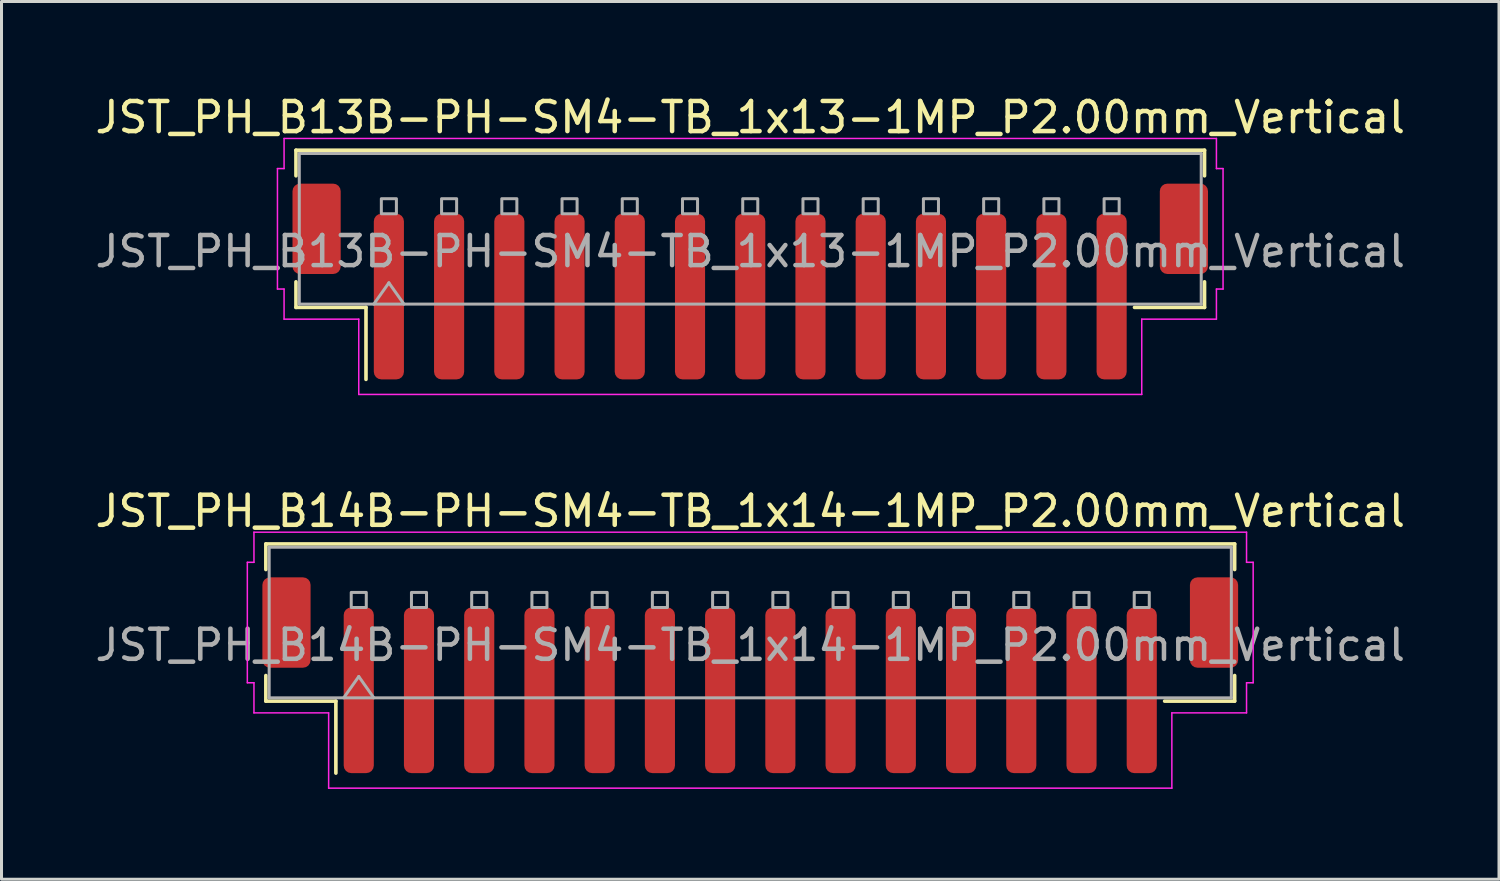
<source format=kicad_pcb>
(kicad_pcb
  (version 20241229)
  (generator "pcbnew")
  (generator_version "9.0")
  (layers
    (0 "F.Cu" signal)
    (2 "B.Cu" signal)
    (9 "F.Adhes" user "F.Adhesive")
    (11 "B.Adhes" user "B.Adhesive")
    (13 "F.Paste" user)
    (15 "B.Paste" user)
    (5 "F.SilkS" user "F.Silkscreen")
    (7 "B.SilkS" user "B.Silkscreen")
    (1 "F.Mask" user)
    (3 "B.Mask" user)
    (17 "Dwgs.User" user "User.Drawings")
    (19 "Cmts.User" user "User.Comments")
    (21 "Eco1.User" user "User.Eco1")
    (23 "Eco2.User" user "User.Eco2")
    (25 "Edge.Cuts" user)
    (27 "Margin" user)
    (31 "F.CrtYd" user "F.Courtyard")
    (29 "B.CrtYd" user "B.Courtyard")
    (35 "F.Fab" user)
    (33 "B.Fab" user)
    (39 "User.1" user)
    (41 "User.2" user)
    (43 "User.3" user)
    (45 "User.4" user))
  (footprint "JST_PH_B14B-PH-SM4-TB_1x14-1MP_P2.00mm_Vertical"
    (layer "F.Cu")
    (at 21.863 19.372)
    (property "Reference" "JST_PH_B14B-PH-SM4-TB_1x14-1MP_P2.00mm_Vertical" (at 0 -5.45 0) (layer "F.SilkS") (effects (font (size 1 1) (thickness 0.15))))
    (attr smd)
    (fp_line (start -16.085 -4.36) (end 16.085 -4.36) (stroke (width 0.12) (type solid)) (layer "F.SilkS"))
    (fp_line (start -16.085 -3.51) (end -16.085 -4.36) (stroke (width 0.12) (type solid)) (layer "F.SilkS"))
    (fp_line (start -16.085 0.01) (end -16.085 0.86) (stroke (width 0.12) (type solid)) (layer "F.SilkS"))
    (fp_line (start -16.085 0.86) (end -13.76 0.86) (stroke (width 0.12) (type solid)) (layer "F.SilkS"))
    (fp_line (start -13.76 0.86) (end -13.76 3.25) (stroke (width 0.12) (type solid)) (layer "F.SilkS"))
    (fp_line (start 16.085 -4.36) (end 16.085 -3.51) (stroke (width 0.12) (type solid)) (layer "F.SilkS"))
    (fp_line (start 16.085 0.01) (end 16.085 0.86) (stroke (width 0.12) (type solid)) (layer "F.SilkS"))
    (fp_line (start 16.085 0.86) (end 13.76 0.86) (stroke (width 0.12) (type solid)) (layer "F.SilkS"))
    (fp_line (start -16.7 -3.75) (end -16.48 -3.75) (stroke (width 0.05) (type solid)) (layer "F.CrtYd"))
    (fp_line (start -16.7 0.25) (end -16.7 -3.75) (stroke (width 0.05) (type solid)) (layer "F.CrtYd"))
    (fp_line (start -16.48 -4.75) (end 16.48 -4.75) (stroke (width 0.05) (type solid)) (layer "F.CrtYd"))
    (fp_line (start -16.48 -3.75) (end -16.48 -4.75) (stroke (width 0.05) (type solid)) (layer "F.CrtYd"))
    (fp_line (start -16.48 0.25) (end -16.7 0.25) (stroke (width 0.05) (type solid)) (layer "F.CrtYd"))
    (fp_line (start -16.48 1.25) (end -16.48 0.25) (stroke (width 0.05) (type solid)) (layer "F.CrtYd"))
    (fp_line (start -14 1.25) (end -16.48 1.25) (stroke (width 0.05) (type solid)) (layer "F.CrtYd"))
    (fp_line (start -14 3.75) (end -14 1.25) (stroke (width 0.05) (type solid)) (layer "F.CrtYd"))
    (fp_line (start 14 1.25) (end 14 3.75) (stroke (width 0.05) (type solid)) (layer "F.CrtYd"))
    (fp_line (start 14 3.75) (end -14 3.75) (stroke (width 0.05) (type solid)) (layer "F.CrtYd"))
    (fp_line (start 16.48 -4.75) (end 16.48 -3.75) (stroke (width 0.05) (type solid)) (layer "F.CrtYd"))
    (fp_line (start 16.48 -3.75) (end 16.7 -3.75) (stroke (width 0.05) (type solid)) (layer "F.CrtYd"))
    (fp_line (start 16.48 0.25) (end 16.48 1.25) (stroke (width 0.05) (type solid)) (layer "F.CrtYd"))
    (fp_line (start 16.48 1.25) (end 14 1.25) (stroke (width 0.05) (type solid)) (layer "F.CrtYd"))
    (fp_line (start 16.7 -3.75) (end 16.7 0.25) (stroke (width 0.05) (type solid)) (layer "F.CrtYd"))
    (fp_line (start 16.7 0.25) (end 16.48 0.25) (stroke (width 0.05) (type solid)) (layer "F.CrtYd"))
    (fp_line (start -15.975 -4.25) (end 15.975 -4.25) (stroke (width 0.1) (type solid)) (layer "F.Fab"))
    (fp_line (start -15.975 0.75) (end -15.975 -4.25) (stroke (width 0.1) (type solid)) (layer "F.Fab"))
    (fp_line (start -15.975 0.75) (end 15.975 0.75) (stroke (width 0.1) (type solid)) (layer "F.Fab"))
    (fp_line (start -13.5 0.75) (end -13 0.043) (stroke (width 0.1) (type solid)) (layer "F.Fab"))
    (fp_line (start -13 0.043) (end -12.5 0.75) (stroke (width 0.1) (type solid)) (layer "F.Fab"))
    (fp_line (start 15.975 0.75) (end 15.975 -4.25) (stroke (width 0.1) (type solid)) (layer "F.Fab"))
    (fp_rect (start -13.25 -2.75) (end -12.75 -2.25) (stroke (width 0.1) (type solid)) (fill no) (layer "F.Fab"))
    (fp_rect (start -11.25 -2.75) (end -10.75 -2.25) (stroke (width 0.1) (type solid)) (fill no) (layer "F.Fab"))
    (fp_rect (start -9.25 -2.75) (end -8.75 -2.25) (stroke (width 0.1) (type solid)) (fill no) (layer "F.Fab"))
    (fp_rect (start -7.25 -2.75) (end -6.75 -2.25) (stroke (width 0.1) (type solid)) (fill no) (layer "F.Fab"))
    (fp_rect (start -5.25 -2.75) (end -4.75 -2.25) (stroke (width 0.1) (type solid)) (fill no) (layer "F.Fab"))
    (fp_rect (start -3.25 -2.75) (end -2.75 -2.25) (stroke (width 0.1) (type solid)) (fill no) (layer "F.Fab"))
    (fp_rect (start -1.25 -2.75) (end -0.75 -2.25) (stroke (width 0.1) (type solid)) (fill no) (layer "F.Fab"))
    (fp_rect (start 0.75 -2.75) (end 1.25 -2.25) (stroke (width 0.1) (type solid)) (fill no) (layer "F.Fab"))
    (fp_rect (start 2.75 -2.75) (end 3.25 -2.25) (stroke (width 0.1) (type solid)) (fill no) (layer "F.Fab"))
    (fp_rect (start 4.75 -2.75) (end 5.25 -2.25) (stroke (width 0.1) (type solid)) (fill no) (layer "F.Fab"))
    (fp_rect (start 6.75 -2.75) (end 7.25 -2.25) (stroke (width 0.1) (type solid)) (fill no) (layer "F.Fab"))
    (fp_rect (start 8.75 -2.75) (end 9.25 -2.25) (stroke (width 0.1) (type solid)) (fill no) (layer "F.Fab"))
    (fp_rect (start 10.75 -2.75) (end 11.25 -2.25) (stroke (width 0.1) (type solid)) (fill no) (layer "F.Fab"))
    (fp_rect (start 12.75 -2.75) (end 13.25 -2.25) (stroke (width 0.1) (type solid)) (fill no) (layer "F.Fab"))
    (fp_text user "${REFERENCE}" (at 0 -1 0) (layer "F.Fab") (effects (font (size 1 1) (thickness 0.15))))
    (pad "1" smd roundrect (at -13 0.5) (size 1 5.5) (layers "F.Cu" "F.Mask" "F.Paste") (roundrect_rratio 0.25))
    (pad "2" smd roundrect (at -11 0.5) (size 1 5.5) (layers "F.Cu" "F.Mask" "F.Paste") (roundrect_rratio 0.25))
    (pad "3" smd roundrect (at -9 0.5) (size 1 5.5) (layers "F.Cu" "F.Mask" "F.Paste") (roundrect_rratio 0.25))
    (pad "4" smd roundrect (at -7 0.5) (size 1 5.5) (layers "F.Cu" "F.Mask" "F.Paste") (roundrect_rratio 0.25))
    (pad "5" smd roundrect (at -5 0.5) (size 1 5.5) (layers "F.Cu" "F.Mask" "F.Paste") (roundrect_rratio 0.25))
    (pad "6" smd roundrect (at -3 0.5) (size 1 5.5) (layers "F.Cu" "F.Mask" "F.Paste") (roundrect_rratio 0.25))
    (pad "7" smd roundrect (at -1 0.5) (size 1 5.5) (layers "F.Cu" "F.Mask" "F.Paste") (roundrect_rratio 0.25))
    (pad "8" smd roundrect (at 1 0.5) (size 1 5.5) (layers "F.Cu" "F.Mask" "F.Paste") (roundrect_rratio 0.25))
    (pad "9" smd roundrect (at 3 0.5) (size 1 5.5) (layers "F.Cu" "F.Mask" "F.Paste") (roundrect_rratio 0.25))
    (pad "10" smd roundrect (at 5 0.5) (size 1 5.5) (layers "F.Cu" "F.Mask" "F.Paste") (roundrect_rratio 0.25))
    (pad "11" smd roundrect (at 7 0.5) (size 1 5.5) (layers "F.Cu" "F.Mask" "F.Paste") (roundrect_rratio 0.25))
    (pad "12" smd roundrect (at 9 0.5) (size 1 5.5) (layers "F.Cu" "F.Mask" "F.Paste") (roundrect_rratio 0.25))
    (pad "13" smd roundrect (at 11 0.5) (size 1 5.5) (layers "F.Cu" "F.Mask" "F.Paste") (roundrect_rratio 0.25))
    (pad "14" smd roundrect (at 13 0.5) (size 1 5.5) (layers "F.Cu" "F.Mask" "F.Paste") (roundrect_rratio 0.25))
    (pad "MP" smd roundrect (at -15.4 -1.75) (size 1.6 3) (layers "F.Cu" "F.Mask" "F.Paste") (roundrect_rratio 0.156))
    (pad "MP" smd roundrect (at 15.4 -1.75) (size 1.6 3) (layers "F.Cu" "F.Mask" "F.Paste") (roundrect_rratio 0.156)))
  (footprint "JST_PH_B13B-PH-SM4-TB_1x13-1MP_P2.00mm_Vertical"
    (layer "F.Cu")
    (at 21.863 6.298)
    (property "Reference" "JST_PH_B13B-PH-SM4-TB_1x13-1MP_P2.00mm_Vertical" (at 0 -5.45 0) (layer "F.SilkS") (effects (font (size 1 1) (thickness 0.15))))
    (attr smd)
    (fp_line (start -15.085 -4.36) (end 15.085 -4.36) (stroke (width 0.12) (type solid)) (layer "F.SilkS"))
    (fp_line (start -15.085 -3.51) (end -15.085 -4.36) (stroke (width 0.12) (type solid)) (layer "F.SilkS"))
    (fp_line (start -15.085 0.01) (end -15.085 0.86) (stroke (width 0.12) (type solid)) (layer "F.SilkS"))
    (fp_line (start -15.085 0.86) (end -12.76 0.86) (stroke (width 0.12) (type solid)) (layer "F.SilkS"))
    (fp_line (start -12.76 0.86) (end -12.76 3.25) (stroke (width 0.12) (type solid)) (layer "F.SilkS"))
    (fp_line (start 15.085 -4.36) (end 15.085 -3.51) (stroke (width 0.12) (type solid)) (layer "F.SilkS"))
    (fp_line (start 15.085 0.01) (end 15.085 0.86) (stroke (width 0.12) (type solid)) (layer "F.SilkS"))
    (fp_line (start 15.085 0.86) (end 12.76 0.86) (stroke (width 0.12) (type solid)) (layer "F.SilkS"))
    (fp_line (start -15.7 -3.75) (end -15.48 -3.75) (stroke (width 0.05) (type solid)) (layer "F.CrtYd"))
    (fp_line (start -15.7 0.25) (end -15.7 -3.75) (stroke (width 0.05) (type solid)) (layer "F.CrtYd"))
    (fp_line (start -15.48 -4.75) (end 15.48 -4.75) (stroke (width 0.05) (type solid)) (layer "F.CrtYd"))
    (fp_line (start -15.48 -3.75) (end -15.48 -4.75) (stroke (width 0.05) (type solid)) (layer "F.CrtYd"))
    (fp_line (start -15.48 0.25) (end -15.7 0.25) (stroke (width 0.05) (type solid)) (layer "F.CrtYd"))
    (fp_line (start -15.48 1.25) (end -15.48 0.25) (stroke (width 0.05) (type solid)) (layer "F.CrtYd"))
    (fp_line (start -13 1.25) (end -15.48 1.25) (stroke (width 0.05) (type solid)) (layer "F.CrtYd"))
    (fp_line (start -13 3.75) (end -13 1.25) (stroke (width 0.05) (type solid)) (layer "F.CrtYd"))
    (fp_line (start 13 1.25) (end 13 3.75) (stroke (width 0.05) (type solid)) (layer "F.CrtYd"))
    (fp_line (start 13 3.75) (end -13 3.75) (stroke (width 0.05) (type solid)) (layer "F.CrtYd"))
    (fp_line (start 15.48 -4.75) (end 15.48 -3.75) (stroke (width 0.05) (type solid)) (layer "F.CrtYd"))
    (fp_line (start 15.48 -3.75) (end 15.7 -3.75) (stroke (width 0.05) (type solid)) (layer "F.CrtYd"))
    (fp_line (start 15.48 0.25) (end 15.48 1.25) (stroke (width 0.05) (type solid)) (layer "F.CrtYd"))
    (fp_line (start 15.48 1.25) (end 13 1.25) (stroke (width 0.05) (type solid)) (layer "F.CrtYd"))
    (fp_line (start 15.7 -3.75) (end 15.7 0.25) (stroke (width 0.05) (type solid)) (layer "F.CrtYd"))
    (fp_line (start 15.7 0.25) (end 15.48 0.25) (stroke (width 0.05) (type solid)) (layer "F.CrtYd"))
    (fp_line (start -14.975 -4.25) (end 14.975 -4.25) (stroke (width 0.1) (type solid)) (layer "F.Fab"))
    (fp_line (start -14.975 0.75) (end -14.975 -4.25) (stroke (width 0.1) (type solid)) (layer "F.Fab"))
    (fp_line (start -14.975 0.75) (end 14.975 0.75) (stroke (width 0.1) (type solid)) (layer "F.Fab"))
    (fp_line (start -12.5 0.75) (end -12 0.043) (stroke (width 0.1) (type solid)) (layer "F.Fab"))
    (fp_line (start -12 0.043) (end -11.5 0.75) (stroke (width 0.1) (type solid)) (layer "F.Fab"))
    (fp_line (start 14.975 0.75) (end 14.975 -4.25) (stroke (width 0.1) (type solid)) (layer "F.Fab"))
    (fp_rect (start -12.25 -2.75) (end -11.75 -2.25) (stroke (width 0.1) (type solid)) (fill no) (layer "F.Fab"))
    (fp_rect (start -10.25 -2.75) (end -9.75 -2.25) (stroke (width 0.1) (type solid)) (fill no) (layer "F.Fab"))
    (fp_rect (start -8.25 -2.75) (end -7.75 -2.25) (stroke (width 0.1) (type solid)) (fill no) (layer "F.Fab"))
    (fp_rect (start -6.25 -2.75) (end -5.75 -2.25) (stroke (width 0.1) (type solid)) (fill no) (layer "F.Fab"))
    (fp_rect (start -4.25 -2.75) (end -3.75 -2.25) (stroke (width 0.1) (type solid)) (fill no) (layer "F.Fab"))
    (fp_rect (start -2.25 -2.75) (end -1.75 -2.25) (stroke (width 0.1) (type solid)) (fill no) (layer "F.Fab"))
    (fp_rect (start -0.25 -2.75) (end 0.25 -2.25) (stroke (width 0.1) (type solid)) (fill no) (layer "F.Fab"))
    (fp_rect (start 1.75 -2.75) (end 2.25 -2.25) (stroke (width 0.1) (type solid)) (fill no) (layer "F.Fab"))
    (fp_rect (start 3.75 -2.75) (end 4.25 -2.25) (stroke (width 0.1) (type solid)) (fill no) (layer "F.Fab"))
    (fp_rect (start 5.75 -2.75) (end 6.25 -2.25) (stroke (width 0.1) (type solid)) (fill no) (layer "F.Fab"))
    (fp_rect (start 7.75 -2.75) (end 8.25 -2.25) (stroke (width 0.1) (type solid)) (fill no) (layer "F.Fab"))
    (fp_rect (start 9.75 -2.75) (end 10.25 -2.25) (stroke (width 0.1) (type solid)) (fill no) (layer "F.Fab"))
    (fp_rect (start 11.75 -2.75) (end 12.25 -2.25) (stroke (width 0.1) (type solid)) (fill no) (layer "F.Fab"))
    (fp_text user "${REFERENCE}" (at 0 -1 0) (layer "F.Fab") (effects (font (size 1 1) (thickness 0.15))))
    (pad "1" smd roundrect (at -12 0.5) (size 1 5.5) (layers "F.Cu" "F.Mask" "F.Paste") (roundrect_rratio 0.25))
    (pad "2" smd roundrect (at -10 0.5) (size 1 5.5) (layers "F.Cu" "F.Mask" "F.Paste") (roundrect_rratio 0.25))
    (pad "3" smd roundrect (at -8 0.5) (size 1 5.5) (layers "F.Cu" "F.Mask" "F.Paste") (roundrect_rratio 0.25))
    (pad "4" smd roundrect (at -6 0.5) (size 1 5.5) (layers "F.Cu" "F.Mask" "F.Paste") (roundrect_rratio 0.25))
    (pad "5" smd roundrect (at -4 0.5) (size 1 5.5) (layers "F.Cu" "F.Mask" "F.Paste") (roundrect_rratio 0.25))
    (pad "6" smd roundrect (at -2 0.5) (size 1 5.5) (layers "F.Cu" "F.Mask" "F.Paste") (roundrect_rratio 0.25))
    (pad "7" smd roundrect (at 0 0.5) (size 1 5.5) (layers "F.Cu" "F.Mask" "F.Paste") (roundrect_rratio 0.25))
    (pad "8" smd roundrect (at 2 0.5) (size 1 5.5) (layers "F.Cu" "F.Mask" "F.Paste") (roundrect_rratio 0.25))
    (pad "9" smd roundrect (at 4 0.5) (size 1 5.5) (layers "F.Cu" "F.Mask" "F.Paste") (roundrect_rratio 0.25))
    (pad "10" smd roundrect (at 6 0.5) (size 1 5.5) (layers "F.Cu" "F.Mask" "F.Paste") (roundrect_rratio 0.25))
    (pad "11" smd roundrect (at 8 0.5) (size 1 5.5) (layers "F.Cu" "F.Mask" "F.Paste") (roundrect_rratio 0.25))
    (pad "12" smd roundrect (at 10 0.5) (size 1 5.5) (layers "F.Cu" "F.Mask" "F.Paste") (roundrect_rratio 0.25))
    (pad "13" smd roundrect (at 12 0.5) (size 1 5.5) (layers "F.Cu" "F.Mask" "F.Paste") (roundrect_rratio 0.25))
    (pad "MP" smd roundrect (at -14.4 -1.75) (size 1.6 3) (layers "F.Cu" "F.Mask" "F.Paste") (roundrect_rratio 0.156))
    (pad "MP" smd roundrect (at 14.4 -1.75) (size 1.6 3) (layers "F.Cu" "F.Mask" "F.Paste") (roundrect_rratio 0.156)))
  (gr_rect
    (start -3 -3)
    (end 46.726 26.146)
    (stroke (width 0.1) (type default))
    (fill no)
    (layer "Edge.Cuts")))
</source>
